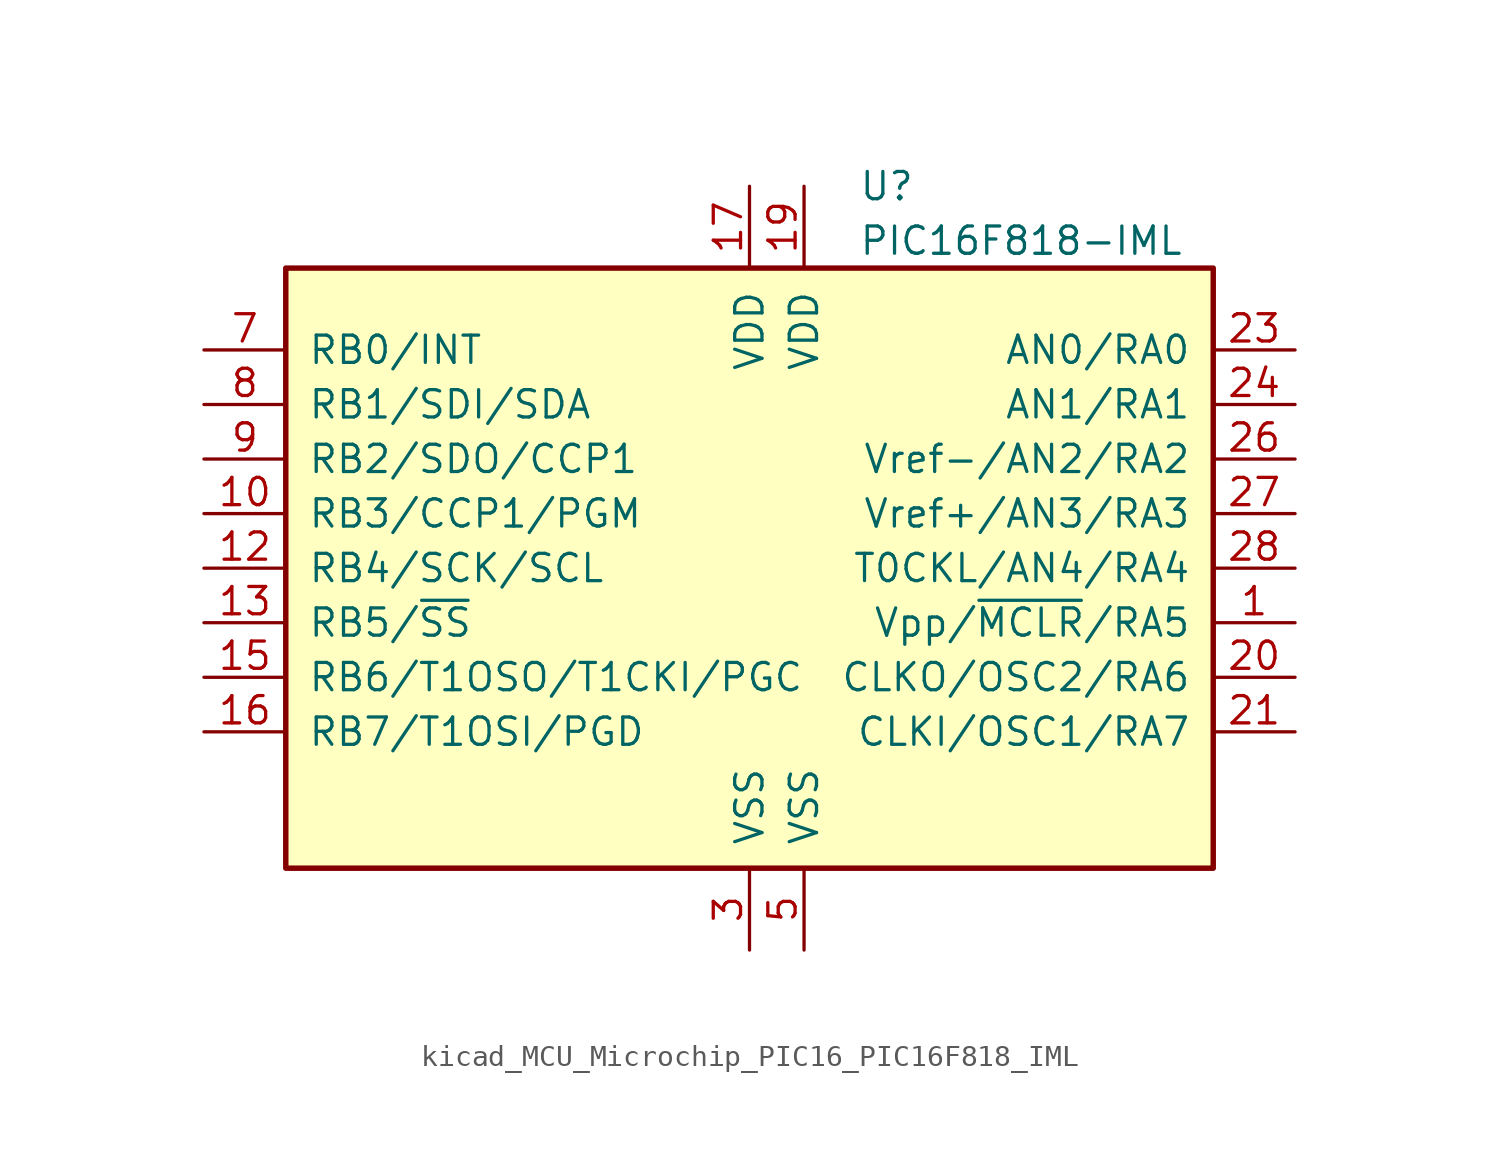
<source format=kicad_sym>
(kicad_symbol_lib
  (version 20220914)
  (generator kicad_symbol_editor)
  (symbol "kicad_MCU_Microchip_PIC16_PIC16F818_IML"
    (pin_names
      (offset 1.016))
    (property "Reference" "U"
      (at 5.08 17.78 0)
      (effects (font (size 1.27 1.27)) (justify left)))
    (property "Value" "PIC16F818-IML"
      (at 5.08 15.24 0)
      (effects (font (size 1.27 1.27)) (justify left)))
    (symbol "kicad_MCU_Microchip_PIC16_PIC16F818_IML_0_1"
      (rectangle (start -21.59 13.97) (end 21.59 -13.97) (stroke (width 0.254) (type default)) (fill (type background))))
    (symbol "kicad_MCU_Microchip_PIC16_PIC16F818_IML_1_1"
      (pin input line (at 25.4 -2.54 180) (length 3.81) (name "Vpp/~{MCLR}/RA5" (effects (font (size 1.27 1.27)))) (number "1" (effects (font (size 1.27 1.27)))))
      (pin bidirectional line (at -25.4 2.54 0) (length 3.81) (name "RB3/CCP1/PGM" (effects (font (size 1.27 1.27)))) (number "10" (effects (font (size 1.27 1.27)))))
      (pin bidirectional line (at -25.4 0 0) (length 3.81) (name "RB4/SCK/SCL" (effects (font (size 1.27 1.27)))) (number "12" (effects (font (size 1.27 1.27)))))
      (pin bidirectional line (at -25.4 -2.54 0) (length 3.81) (name "RB5/~{SS}" (effects (font (size 1.27 1.27)))) (number "13" (effects (font (size 1.27 1.27)))))
      (pin bidirectional line (at -25.4 -5.08 0) (length 3.81) (name "RB6/T1OSO/T1CKI/PGC" (effects (font (size 1.27 1.27)))) (number "15" (effects (font (size 1.27 1.27)))))
      (pin bidirectional line (at -25.4 -7.62 0) (length 3.81) (name "RB7/T1OSI/PGD" (effects (font (size 1.27 1.27)))) (number "16" (effects (font (size 1.27 1.27)))))
      (pin power_in line (at 0 17.78 270) (length 3.81) (name "VDD" (effects (font (size 1.27 1.27)))) (number "17" (effects (font (size 1.27 1.27)))))
      (pin power_in line (at 2.54 17.78 270) (length 3.81) (name "VDD" (effects (font (size 1.27 1.27)))) (number "19" (effects (font (size 1.27 1.27)))))
      (pin bidirectional line (at 25.4 -5.08 180) (length 3.81) (name "CLKO/OSC2/RA6" (effects (font (size 1.27 1.27)))) (number "20" (effects (font (size 1.27 1.27)))))
      (pin bidirectional line (at 25.4 -7.62 180) (length 3.81) (name "CLKI/OSC1/RA7" (effects (font (size 1.27 1.27)))) (number "21" (effects (font (size 1.27 1.27)))))
      (pin bidirectional line (at 25.4 10.16 180) (length 3.81) (name "AN0/RA0" (effects (font (size 1.27 1.27)))) (number "23" (effects (font (size 1.27 1.27)))))
      (pin bidirectional line (at 25.4 7.62 180) (length 3.81) (name "AN1/RA1" (effects (font (size 1.27 1.27)))) (number "24" (effects (font (size 1.27 1.27)))))
      (pin bidirectional line (at 25.4 5.08 180) (length 3.81) (name "Vref-/AN2/RA2" (effects (font (size 1.27 1.27)))) (number "26" (effects (font (size 1.27 1.27)))))
      (pin bidirectional line (at 25.4 2.54 180) (length 3.81) (name "Vref+/AN3/RA3" (effects (font (size 1.27 1.27)))) (number "27" (effects (font (size 1.27 1.27)))))
      (pin bidirectional line (at 25.4 0 180) (length 3.81) (name "T0CKL/AN4/RA4" (effects (font (size 1.27 1.27)))) (number "28" (effects (font (size 1.27 1.27)))))
      (pin power_in line (at 0 -17.78 90) (length 3.81) (name "VSS" (effects (font (size 1.27 1.27)))) (number "3" (effects (font (size 1.27 1.27)))))
      (pin power_in line (at 2.54 -17.78 90) (length 3.81) (name "VSS" (effects (font (size 1.27 1.27)))) (number "5" (effects (font (size 1.27 1.27)))))
      (pin bidirectional line (at -25.4 10.16 0) (length 3.81) (name "RB0/INT" (effects (font (size 1.27 1.27)))) (number "7" (effects (font (size 1.27 1.27)))))
      (pin bidirectional line (at -25.4 7.62 0) (length 3.81) (name "RB1/SDI/SDA" (effects (font (size 1.27 1.27)))) (number "8" (effects (font (size 1.27 1.27)))))
      (pin bidirectional line (at -25.4 5.08 0) (length 3.81) (name "RB2/SDO/CCP1" (effects (font (size 1.27 1.27)))) (number "9" (effects (font (size 1.27 1.27))))))))
</source>
